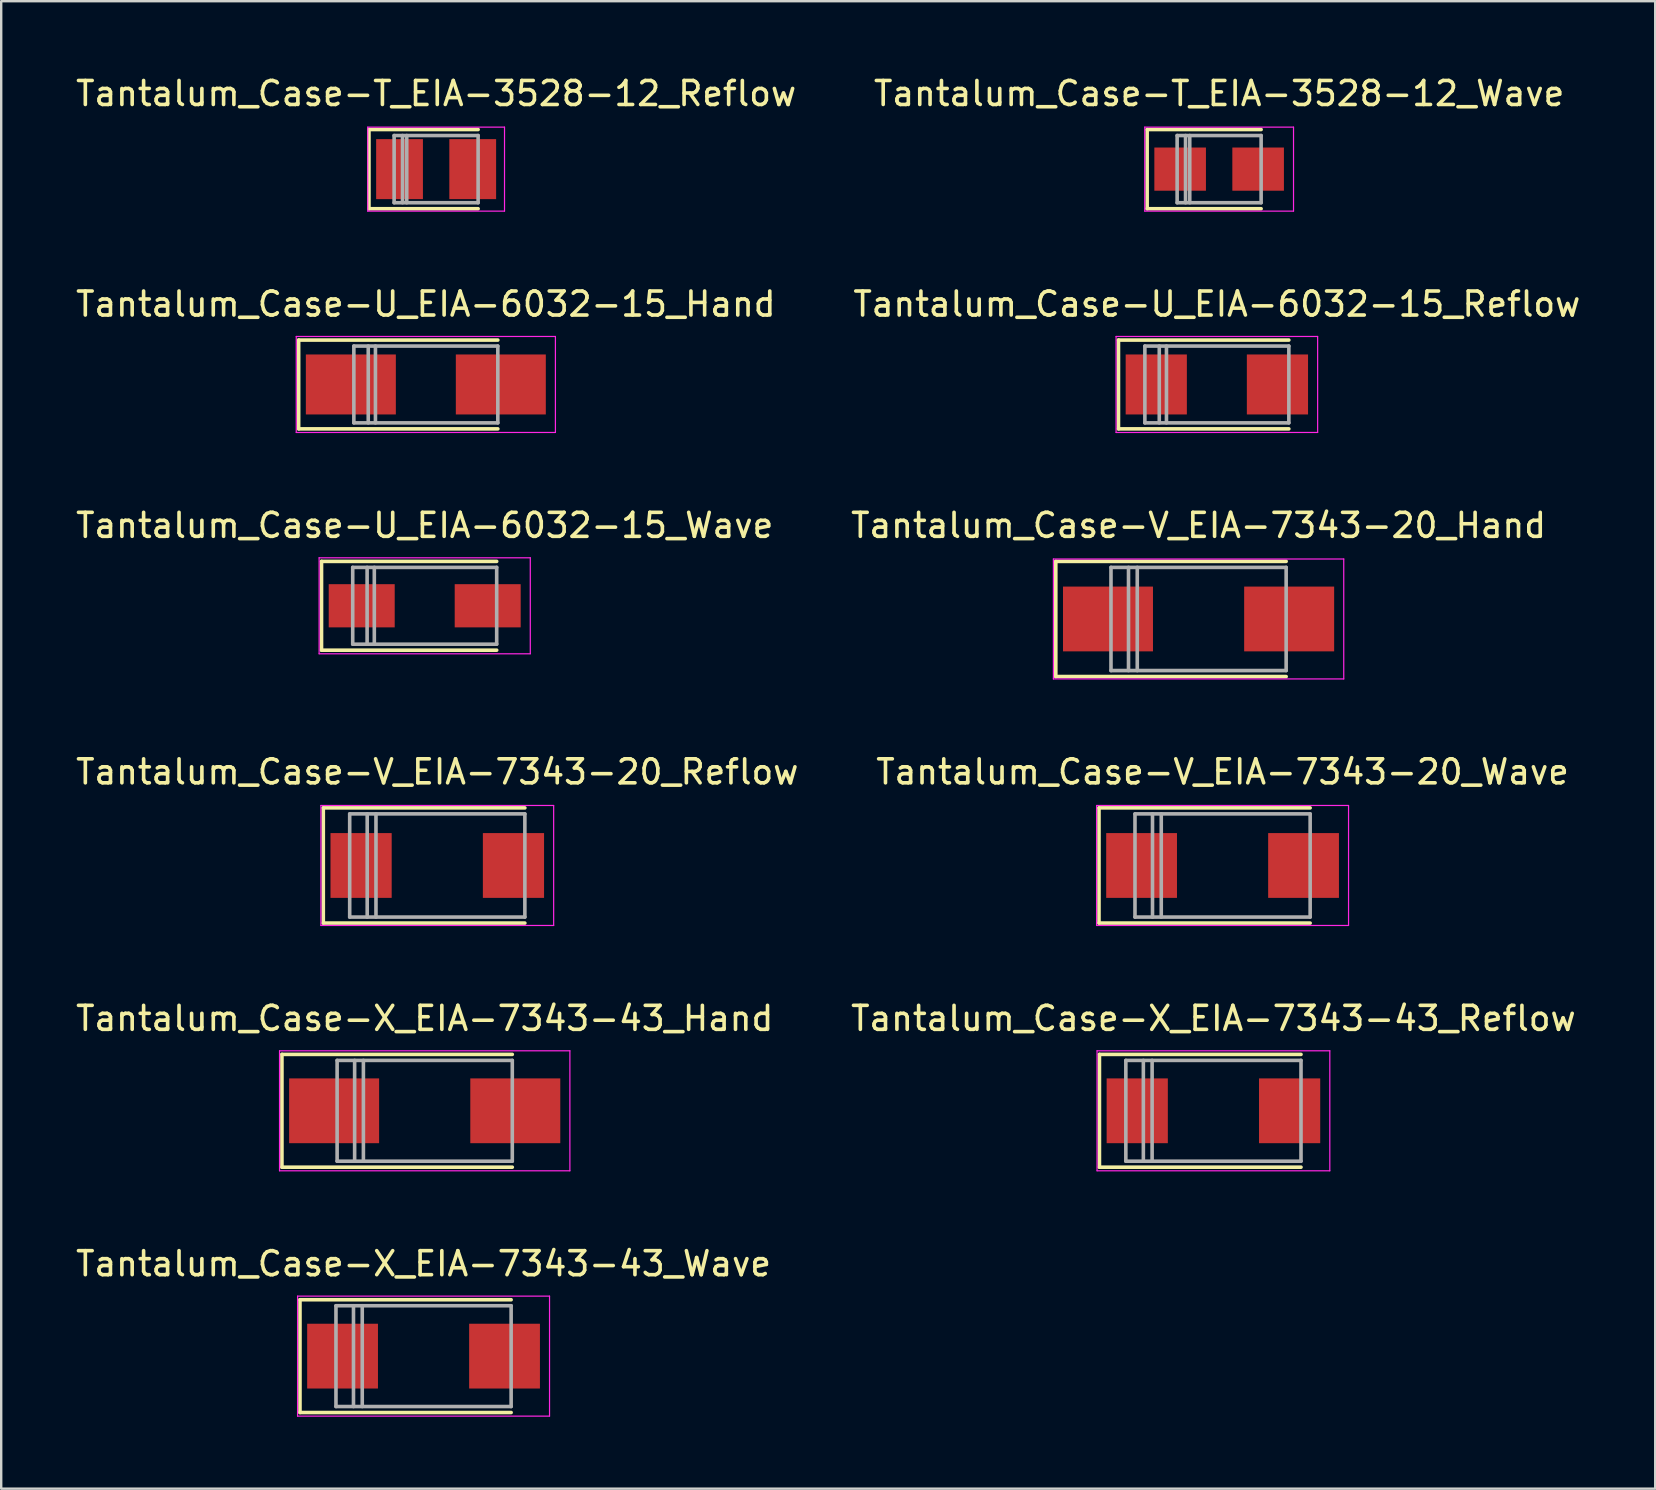
<source format=kicad_pcb>
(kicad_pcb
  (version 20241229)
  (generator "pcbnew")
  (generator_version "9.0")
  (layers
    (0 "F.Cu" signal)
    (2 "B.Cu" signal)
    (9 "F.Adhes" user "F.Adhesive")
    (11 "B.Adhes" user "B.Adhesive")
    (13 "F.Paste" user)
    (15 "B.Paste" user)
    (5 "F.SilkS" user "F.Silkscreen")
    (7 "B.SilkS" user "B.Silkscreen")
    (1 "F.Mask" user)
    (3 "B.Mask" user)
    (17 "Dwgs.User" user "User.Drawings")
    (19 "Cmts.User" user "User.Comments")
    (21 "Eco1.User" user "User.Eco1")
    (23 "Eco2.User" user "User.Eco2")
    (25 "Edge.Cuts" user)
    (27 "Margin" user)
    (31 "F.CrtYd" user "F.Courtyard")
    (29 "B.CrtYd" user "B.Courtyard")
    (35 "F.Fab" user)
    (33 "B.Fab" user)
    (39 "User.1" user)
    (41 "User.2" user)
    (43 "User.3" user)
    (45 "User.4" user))
  (footprint "Tantalum_Case-X_EIA-7343-43_Wave"
    (layer "F.Cu")
    (at 14.601 53.465)
    (property "Reference" "Tantalum_Case-X_EIA-7343-43_Wave" (at 0 -3.85 0) (layer "F.SilkS") (effects (font (size 1 1) (thickness 0.15))))
    (attr smd)
    (fp_line (start -5.15 -2.35) (end -5.15 2.35) (stroke (width 0.15) (type solid)) (layer "F.SilkS"))
    (fp_line (start -5.15 -2.35) (end 3.65 -2.35) (stroke (width 0.15) (type solid)) (layer "F.SilkS"))
    (fp_line (start -5.15 2.35) (end 3.65 2.35) (stroke (width 0.15) (type solid)) (layer "F.SilkS"))
    (fp_line (start -5.25 -2.5) (end -5.25 2.5) (stroke (width 0.05) (type solid)) (layer "F.CrtYd"))
    (fp_line (start -5.25 2.5) (end 5.25 2.5) (stroke (width 0.05) (type solid)) (layer "F.CrtYd"))
    (fp_line (start 5.25 -2.5) (end -5.25 -2.5) (stroke (width 0.05) (type solid)) (layer "F.CrtYd"))
    (fp_line (start 5.25 2.5) (end 5.25 -2.5) (stroke (width 0.05) (type solid)) (layer "F.CrtYd"))
    (fp_line (start -3.65 -2.1) (end -3.65 2.1) (stroke (width 0.15) (type solid)) (layer "F.Fab"))
    (fp_line (start -3.65 2.1) (end 3.65 2.1) (stroke (width 0.15) (type solid)) (layer "F.Fab"))
    (fp_line (start -2.92 -2.1) (end -2.92 2.1) (stroke (width 0.15) (type solid)) (layer "F.Fab"))
    (fp_line (start -2.555 -2.1) (end -2.555 2.1) (stroke (width 0.15) (type solid)) (layer "F.Fab"))
    (fp_line (start 3.65 -2.1) (end -3.65 -2.1) (stroke (width 0.15) (type solid)) (layer "F.Fab"))
    (fp_line (start 3.65 2.1) (end 3.65 -2.1) (stroke (width 0.15) (type solid)) (layer "F.Fab"))
    (pad "1" smd rect (at -3.375 0) (size 2.95 2.7) (layers "F.Cu" "F.Mask" "F.Paste"))
    (pad "2" smd rect (at 3.375 0) (size 2.95 2.7) (layers "F.Cu" "F.Mask" "F.Paste")))
  (footprint "Tantalum_Case-U_EIA-6032-15_Wave"
    (layer "F.Cu")
    (at 14.649 22.195)
    (property "Reference" "Tantalum_Case-U_EIA-6032-15_Wave" (at 0 -3.35 0) (layer "F.SilkS") (effects (font (size 1 1) (thickness 0.15))))
    (attr smd)
    (fp_line (start -4.3 -1.85) (end -4.3 1.85) (stroke (width 0.15) (type solid)) (layer "F.SilkS"))
    (fp_line (start -4.3 -1.85) (end 3 -1.85) (stroke (width 0.15) (type solid)) (layer "F.SilkS"))
    (fp_line (start -4.3 1.85) (end 3 1.85) (stroke (width 0.15) (type solid)) (layer "F.SilkS"))
    (fp_line (start -4.4 -2) (end -4.4 2) (stroke (width 0.05) (type solid)) (layer "F.CrtYd"))
    (fp_line (start -4.4 2) (end 4.4 2) (stroke (width 0.05) (type solid)) (layer "F.CrtYd"))
    (fp_line (start 4.4 -2) (end -4.4 -2) (stroke (width 0.05) (type solid)) (layer "F.CrtYd"))
    (fp_line (start 4.4 2) (end 4.4 -2) (stroke (width 0.05) (type solid)) (layer "F.CrtYd"))
    (fp_line (start -3 -1.6) (end -3 1.6) (stroke (width 0.15) (type solid)) (layer "F.Fab"))
    (fp_line (start -3 1.6) (end 3 1.6) (stroke (width 0.15) (type solid)) (layer "F.Fab"))
    (fp_line (start -2.4 -1.6) (end -2.4 1.6) (stroke (width 0.15) (type solid)) (layer "F.Fab"))
    (fp_line (start -2.1 -1.6) (end -2.1 1.6) (stroke (width 0.15) (type solid)) (layer "F.Fab"))
    (fp_line (start 3 -1.6) (end -3 -1.6) (stroke (width 0.15) (type solid)) (layer "F.Fab"))
    (fp_line (start 3 1.6) (end 3 -1.6) (stroke (width 0.15) (type solid)) (layer "F.Fab"))
    (pad "1" smd rect (at -2.625 0) (size 2.75 1.8) (layers "F.Cu" "F.Mask" "F.Paste"))
    (pad "2" smd rect (at 2.625 0) (size 2.75 1.8) (layers "F.Cu" "F.Mask" "F.Paste")))
  (footprint "Tantalum_Case-V_EIA-7343-20_Reflow"
    (layer "F.Cu")
    (at 15.173 33.018)
    (property "Reference" "Tantalum_Case-V_EIA-7343-20_Reflow" (at 0 -3.9 0) (layer "F.SilkS") (effects (font (size 1 1) (thickness 0.15))))
    (attr smd)
    (fp_line (start -4.75 -2.4) (end -4.75 2.4) (stroke (width 0.15) (type solid)) (layer "F.SilkS"))
    (fp_line (start -4.75 -2.4) (end 3.65 -2.4) (stroke (width 0.15) (type solid)) (layer "F.SilkS"))
    (fp_line (start -4.75 2.4) (end 3.65 2.4) (stroke (width 0.15) (type solid)) (layer "F.SilkS"))
    (fp_line (start -4.85 -2.5) (end -4.85 2.5) (stroke (width 0.05) (type solid)) (layer "F.CrtYd"))
    (fp_line (start -4.85 2.5) (end 4.85 2.5) (stroke (width 0.05) (type solid)) (layer "F.CrtYd"))
    (fp_line (start 4.85 -2.5) (end -4.85 -2.5) (stroke (width 0.05) (type solid)) (layer "F.CrtYd"))
    (fp_line (start 4.85 2.5) (end 4.85 -2.5) (stroke (width 0.05) (type solid)) (layer "F.CrtYd"))
    (fp_line (start -3.65 -2.15) (end -3.65 2.15) (stroke (width 0.15) (type solid)) (layer "F.Fab"))
    (fp_line (start -3.65 2.15) (end 3.65 2.15) (stroke (width 0.15) (type solid)) (layer "F.Fab"))
    (fp_line (start -2.92 -2.15) (end -2.92 2.15) (stroke (width 0.15) (type solid)) (layer "F.Fab"))
    (fp_line (start -2.555 -2.15) (end -2.555 2.15) (stroke (width 0.15) (type solid)) (layer "F.Fab"))
    (fp_line (start 3.65 -2.15) (end -3.65 -2.15) (stroke (width 0.15) (type solid)) (layer "F.Fab"))
    (fp_line (start 3.65 2.15) (end 3.65 -2.15) (stroke (width 0.15) (type solid)) (layer "F.Fab"))
    (pad "1" smd rect (at -3.175 0) (size 2.55 2.7) (layers "F.Cu" "F.Mask" "F.Paste"))
    (pad "2" smd rect (at 3.175 0) (size 2.55 2.7) (layers "F.Cu" "F.Mask" "F.Paste")))
  (footprint "Tantalum_Case-T_EIA-3528-12_Reflow"
    (layer "F.Cu")
    (at 15.125 3.998)
    (property "Reference" "Tantalum_Case-T_EIA-3528-12_Reflow" (at 0 -3.15 0) (layer "F.SilkS") (effects (font (size 1 1) (thickness 0.15))))
    (attr smd)
    (fp_line (start -2.8 -1.65) (end -2.8 1.65) (stroke (width 0.15) (type solid)) (layer "F.SilkS"))
    (fp_line (start -2.8 -1.65) (end 1.75 -1.65) (stroke (width 0.15) (type solid)) (layer "F.SilkS"))
    (fp_line (start -2.8 1.65) (end 1.75 1.65) (stroke (width 0.15) (type solid)) (layer "F.SilkS"))
    (fp_line (start -2.85 -1.75) (end -2.85 1.75) (stroke (width 0.05) (type solid)) (layer "F.CrtYd"))
    (fp_line (start -2.85 1.75) (end 2.85 1.75) (stroke (width 0.05) (type solid)) (layer "F.CrtYd"))
    (fp_line (start 2.85 -1.75) (end -2.85 -1.75) (stroke (width 0.05) (type solid)) (layer "F.CrtYd"))
    (fp_line (start 2.85 1.75) (end 2.85 -1.75) (stroke (width 0.05) (type solid)) (layer "F.CrtYd"))
    (fp_line (start -1.75 -1.4) (end -1.75 1.4) (stroke (width 0.15) (type solid)) (layer "F.Fab"))
    (fp_line (start -1.75 1.4) (end 1.75 1.4) (stroke (width 0.15) (type solid)) (layer "F.Fab"))
    (fp_line (start -1.4 -1.4) (end -1.4 1.4) (stroke (width 0.15) (type solid)) (layer "F.Fab"))
    (fp_line (start -1.225 -1.4) (end -1.225 1.4) (stroke (width 0.15) (type solid)) (layer "F.Fab"))
    (fp_line (start 1.75 -1.4) (end -1.75 -1.4) (stroke (width 0.15) (type solid)) (layer "F.Fab"))
    (fp_line (start 1.75 1.4) (end 1.75 -1.4) (stroke (width 0.15) (type solid)) (layer "F.Fab"))
    (pad "1" smd rect (at -1.525 0) (size 1.95 2.5) (layers "F.Cu" "F.Mask" "F.Paste"))
    (pad "2" smd rect (at 1.525 0) (size 1.95 2.5) (layers "F.Cu" "F.Mask" "F.Paste")))
  (footprint "Tantalum_Case-X_EIA-7343-43_Reflow"
    (layer "F.Cu")
    (at 47.518 43.241)
    (property "Reference" "Tantalum_Case-X_EIA-7343-43_Reflow" (at 0 -3.85 0) (layer "F.SilkS") (effects (font (size 1 1) (thickness 0.15))))
    (attr smd)
    (fp_line (start -4.75 -2.35) (end -4.75 2.35) (stroke (width 0.15) (type solid)) (layer "F.SilkS"))
    (fp_line (start -4.75 -2.35) (end 3.65 -2.35) (stroke (width 0.15) (type solid)) (layer "F.SilkS"))
    (fp_line (start -4.75 2.35) (end 3.65 2.35) (stroke (width 0.15) (type solid)) (layer "F.SilkS"))
    (fp_line (start -4.85 -2.5) (end -4.85 2.5) (stroke (width 0.05) (type solid)) (layer "F.CrtYd"))
    (fp_line (start -4.85 2.5) (end 4.85 2.5) (stroke (width 0.05) (type solid)) (layer "F.CrtYd"))
    (fp_line (start 4.85 -2.5) (end -4.85 -2.5) (stroke (width 0.05) (type solid)) (layer "F.CrtYd"))
    (fp_line (start 4.85 2.5) (end 4.85 -2.5) (stroke (width 0.05) (type solid)) (layer "F.CrtYd"))
    (fp_line (start -3.65 -2.1) (end -3.65 2.1) (stroke (width 0.15) (type solid)) (layer "F.Fab"))
    (fp_line (start -3.65 2.1) (end 3.65 2.1) (stroke (width 0.15) (type solid)) (layer "F.Fab"))
    (fp_line (start -2.92 -2.1) (end -2.92 2.1) (stroke (width 0.15) (type solid)) (layer "F.Fab"))
    (fp_line (start -2.555 -2.1) (end -2.555 2.1) (stroke (width 0.15) (type solid)) (layer "F.Fab"))
    (fp_line (start 3.65 -2.1) (end -3.65 -2.1) (stroke (width 0.15) (type solid)) (layer "F.Fab"))
    (fp_line (start 3.65 2.1) (end 3.65 -2.1) (stroke (width 0.15) (type solid)) (layer "F.Fab"))
    (pad "1" smd rect (at -3.175 0) (size 2.55 2.7) (layers "F.Cu" "F.Mask" "F.Paste"))
    (pad "2" smd rect (at 3.175 0) (size 2.55 2.7) (layers "F.Cu" "F.Mask" "F.Paste")))
  (footprint "Tantalum_Case-X_EIA-7343-43_Hand"
    (layer "F.Cu")
    (at 14.649 43.241)
    (property "Reference" "Tantalum_Case-X_EIA-7343-43_Hand" (at 0 -3.85 0) (layer "F.SilkS") (effects (font (size 1 1) (thickness 0.15))))
    (attr smd)
    (fp_line (start -5.95 -2.35) (end -5.95 2.35) (stroke (width 0.15) (type solid)) (layer "F.SilkS"))
    (fp_line (start -5.95 -2.35) (end 3.65 -2.35) (stroke (width 0.15) (type solid)) (layer "F.SilkS"))
    (fp_line (start -5.95 2.35) (end 3.65 2.35) (stroke (width 0.15) (type solid)) (layer "F.SilkS"))
    (fp_line (start -6.05 -2.5) (end -6.05 2.5) (stroke (width 0.05) (type solid)) (layer "F.CrtYd"))
    (fp_line (start -6.05 2.5) (end 6.05 2.5) (stroke (width 0.05) (type solid)) (layer "F.CrtYd"))
    (fp_line (start 6.05 -2.5) (end -6.05 -2.5) (stroke (width 0.05) (type solid)) (layer "F.CrtYd"))
    (fp_line (start 6.05 2.5) (end 6.05 -2.5) (stroke (width 0.05) (type solid)) (layer "F.CrtYd"))
    (fp_line (start -3.65 -2.1) (end -3.65 2.1) (stroke (width 0.15) (type solid)) (layer "F.Fab"))
    (fp_line (start -3.65 2.1) (end 3.65 2.1) (stroke (width 0.15) (type solid)) (layer "F.Fab"))
    (fp_line (start -2.92 -2.1) (end -2.92 2.1) (stroke (width 0.15) (type solid)) (layer "F.Fab"))
    (fp_line (start -2.555 -2.1) (end -2.555 2.1) (stroke (width 0.15) (type solid)) (layer "F.Fab"))
    (fp_line (start 3.65 -2.1) (end -3.65 -2.1) (stroke (width 0.15) (type solid)) (layer "F.Fab"))
    (fp_line (start 3.65 2.1) (end 3.65 -2.1) (stroke (width 0.15) (type solid)) (layer "F.Fab"))
    (pad "1" smd rect (at -3.775 0) (size 3.75 2.7) (layers "F.Cu" "F.Mask" "F.Paste"))
    (pad "2" smd rect (at 3.775 0) (size 3.75 2.7) (layers "F.Cu" "F.Mask" "F.Paste")))
  (footprint "Tantalum_Case-U_EIA-6032-15_Hand"
    (layer "F.Cu")
    (at 14.696 12.972)
    (property "Reference" "Tantalum_Case-U_EIA-6032-15_Hand" (at 0 -3.35 0) (layer "F.SilkS") (effects (font (size 1 1) (thickness 0.15))))
    (attr smd)
    (fp_line (start -5.3 -1.85) (end -5.3 1.85) (stroke (width 0.15) (type solid)) (layer "F.SilkS"))
    (fp_line (start -5.3 -1.85) (end 3 -1.85) (stroke (width 0.15) (type solid)) (layer "F.SilkS"))
    (fp_line (start -5.3 1.85) (end 3 1.85) (stroke (width 0.15) (type solid)) (layer "F.SilkS"))
    (fp_line (start -5.4 -2) (end -5.4 2) (stroke (width 0.05) (type solid)) (layer "F.CrtYd"))
    (fp_line (start -5.4 2) (end 5.4 2) (stroke (width 0.05) (type solid)) (layer "F.CrtYd"))
    (fp_line (start 5.4 -2) (end -5.4 -2) (stroke (width 0.05) (type solid)) (layer "F.CrtYd"))
    (fp_line (start 5.4 2) (end 5.4 -2) (stroke (width 0.05) (type solid)) (layer "F.CrtYd"))
    (fp_line (start -3 -1.6) (end -3 1.6) (stroke (width 0.15) (type solid)) (layer "F.Fab"))
    (fp_line (start -3 1.6) (end 3 1.6) (stroke (width 0.15) (type solid)) (layer "F.Fab"))
    (fp_line (start -2.4 -1.6) (end -2.4 1.6) (stroke (width 0.15) (type solid)) (layer "F.Fab"))
    (fp_line (start -2.1 -1.6) (end -2.1 1.6) (stroke (width 0.15) (type solid)) (layer "F.Fab"))
    (fp_line (start 3 -1.6) (end -3 -1.6) (stroke (width 0.15) (type solid)) (layer "F.Fab"))
    (fp_line (start 3 1.6) (end 3 -1.6) (stroke (width 0.15) (type solid)) (layer "F.Fab"))
    (pad "1" smd rect (at -3.125 0) (size 3.75 2.5) (layers "F.Cu" "F.Mask" "F.Paste"))
    (pad "2" smd rect (at 3.125 0) (size 3.75 2.5) (layers "F.Cu" "F.Mask" "F.Paste")))
  (footprint "Tantalum_Case-U_EIA-6032-15_Reflow"
    (layer "F.Cu")
    (at 47.661 12.972)
    (property "Reference" "Tantalum_Case-U_EIA-6032-15_Reflow" (at 0 -3.35 0) (layer "F.SilkS") (effects (font (size 1 1) (thickness 0.15))))
    (attr smd)
    (fp_line (start -4.1 -1.85) (end -4.1 1.85) (stroke (width 0.15) (type solid)) (layer "F.SilkS"))
    (fp_line (start -4.1 -1.85) (end 3 -1.85) (stroke (width 0.15) (type solid)) (layer "F.SilkS"))
    (fp_line (start -4.1 1.85) (end 3 1.85) (stroke (width 0.15) (type solid)) (layer "F.SilkS"))
    (fp_line (start -4.2 -2) (end -4.2 2) (stroke (width 0.05) (type solid)) (layer "F.CrtYd"))
    (fp_line (start -4.2 2) (end 4.2 2) (stroke (width 0.05) (type solid)) (layer "F.CrtYd"))
    (fp_line (start 4.2 -2) (end -4.2 -2) (stroke (width 0.05) (type solid)) (layer "F.CrtYd"))
    (fp_line (start 4.2 2) (end 4.2 -2) (stroke (width 0.05) (type solid)) (layer "F.CrtYd"))
    (fp_line (start -3 -1.6) (end -3 1.6) (stroke (width 0.15) (type solid)) (layer "F.Fab"))
    (fp_line (start -3 1.6) (end 3 1.6) (stroke (width 0.15) (type solid)) (layer "F.Fab"))
    (fp_line (start -2.4 -1.6) (end -2.4 1.6) (stroke (width 0.15) (type solid)) (layer "F.Fab"))
    (fp_line (start -2.1 -1.6) (end -2.1 1.6) (stroke (width 0.15) (type solid)) (layer "F.Fab"))
    (fp_line (start 3 -1.6) (end -3 -1.6) (stroke (width 0.15) (type solid)) (layer "F.Fab"))
    (fp_line (start 3 1.6) (end 3 -1.6) (stroke (width 0.15) (type solid)) (layer "F.Fab"))
    (pad "1" smd rect (at -2.525 0) (size 2.55 2.5) (layers "F.Cu" "F.Mask" "F.Paste"))
    (pad "2" smd rect (at 2.525 0) (size 2.55 2.5) (layers "F.Cu" "F.Mask" "F.Paste")))
  (footprint "Tantalum_Case-T_EIA-3528-12_Wave"
    (layer "F.Cu")
    (at 47.756 3.998)
    (property "Reference" "Tantalum_Case-T_EIA-3528-12_Wave" (at 0 -3.15 0) (layer "F.SilkS") (effects (font (size 1 1) (thickness 0.15))))
    (attr smd)
    (fp_line (start -3 -1.65) (end -3 1.65) (stroke (width 0.15) (type solid)) (layer "F.SilkS"))
    (fp_line (start -3 -1.65) (end 1.75 -1.65) (stroke (width 0.15) (type solid)) (layer "F.SilkS"))
    (fp_line (start -3 1.65) (end 1.75 1.65) (stroke (width 0.15) (type solid)) (layer "F.SilkS"))
    (fp_line (start -3.1 -1.75) (end -3.1 1.75) (stroke (width 0.05) (type solid)) (layer "F.CrtYd"))
    (fp_line (start -3.1 1.75) (end 3.1 1.75) (stroke (width 0.05) (type solid)) (layer "F.CrtYd"))
    (fp_line (start 3.1 -1.75) (end -3.1 -1.75) (stroke (width 0.05) (type solid)) (layer "F.CrtYd"))
    (fp_line (start 3.1 1.75) (end 3.1 -1.75) (stroke (width 0.05) (type solid)) (layer "F.CrtYd"))
    (fp_line (start -1.75 -1.4) (end -1.75 1.4) (stroke (width 0.15) (type solid)) (layer "F.Fab"))
    (fp_line (start -1.75 1.4) (end 1.75 1.4) (stroke (width 0.15) (type solid)) (layer "F.Fab"))
    (fp_line (start -1.4 -1.4) (end -1.4 1.4) (stroke (width 0.15) (type solid)) (layer "F.Fab"))
    (fp_line (start -1.225 -1.4) (end -1.225 1.4) (stroke (width 0.15) (type solid)) (layer "F.Fab"))
    (fp_line (start 1.75 -1.4) (end -1.75 -1.4) (stroke (width 0.15) (type solid)) (layer "F.Fab"))
    (fp_line (start 1.75 1.4) (end 1.75 -1.4) (stroke (width 0.15) (type solid)) (layer "F.Fab"))
    (pad "1" smd rect (at -1.625 0) (size 2.15 1.8) (layers "F.Cu" "F.Mask" "F.Paste"))
    (pad "2" smd rect (at 1.625 0) (size 2.15 1.8) (layers "F.Cu" "F.Mask" "F.Paste")))
  (footprint "Tantalum_Case-V_EIA-7343-20_Hand"
    (layer "F.Cu")
    (at 46.899 22.745)
    (property "Reference" "Tantalum_Case-V_EIA-7343-20_Hand" (at 0 -3.9 0) (layer "F.SilkS") (effects (font (size 1 1) (thickness 0.15))))
    (attr smd)
    (fp_line (start -5.95 -2.4) (end -5.95 2.4) (stroke (width 0.15) (type solid)) (layer "F.SilkS"))
    (fp_line (start -5.95 -2.4) (end 3.65 -2.4) (stroke (width 0.15) (type solid)) (layer "F.SilkS"))
    (fp_line (start -5.95 2.4) (end 3.65 2.4) (stroke (width 0.15) (type solid)) (layer "F.SilkS"))
    (fp_line (start -6.05 -2.5) (end -6.05 2.5) (stroke (width 0.05) (type solid)) (layer "F.CrtYd"))
    (fp_line (start -6.05 2.5) (end 6.05 2.5) (stroke (width 0.05) (type solid)) (layer "F.CrtYd"))
    (fp_line (start 6.05 -2.5) (end -6.05 -2.5) (stroke (width 0.05) (type solid)) (layer "F.CrtYd"))
    (fp_line (start 6.05 2.5) (end 6.05 -2.5) (stroke (width 0.05) (type solid)) (layer "F.CrtYd"))
    (fp_line (start -3.65 -2.15) (end -3.65 2.15) (stroke (width 0.15) (type solid)) (layer "F.Fab"))
    (fp_line (start -3.65 2.15) (end 3.65 2.15) (stroke (width 0.15) (type solid)) (layer "F.Fab"))
    (fp_line (start -2.92 -2.15) (end -2.92 2.15) (stroke (width 0.15) (type solid)) (layer "F.Fab"))
    (fp_line (start -2.555 -2.15) (end -2.555 2.15) (stroke (width 0.15) (type solid)) (layer "F.Fab"))
    (fp_line (start 3.65 -2.15) (end -3.65 -2.15) (stroke (width 0.15) (type solid)) (layer "F.Fab"))
    (fp_line (start 3.65 2.15) (end 3.65 -2.15) (stroke (width 0.15) (type solid)) (layer "F.Fab"))
    (pad "1" smd rect (at -3.775 0) (size 3.75 2.7) (layers "F.Cu" "F.Mask" "F.Paste"))
    (pad "2" smd rect (at 3.775 0) (size 3.75 2.7) (layers "F.Cu" "F.Mask" "F.Paste")))
  (footprint "Tantalum_Case-V_EIA-7343-20_Wave"
    (layer "F.Cu")
    (at 47.899 33.018)
    (property "Reference" "Tantalum_Case-V_EIA-7343-20_Wave" (at 0 -3.9 0) (layer "F.SilkS") (effects (font (size 1 1) (thickness 0.15))))
    (attr smd)
    (fp_line (start -5.15 -2.4) (end -5.15 2.4) (stroke (width 0.15) (type solid)) (layer "F.SilkS"))
    (fp_line (start -5.15 -2.4) (end 3.65 -2.4) (stroke (width 0.15) (type solid)) (layer "F.SilkS"))
    (fp_line (start -5.15 2.4) (end 3.65 2.4) (stroke (width 0.15) (type solid)) (layer "F.SilkS"))
    (fp_line (start -5.25 -2.5) (end -5.25 2.5) (stroke (width 0.05) (type solid)) (layer "F.CrtYd"))
    (fp_line (start -5.25 2.5) (end 5.25 2.5) (stroke (width 0.05) (type solid)) (layer "F.CrtYd"))
    (fp_line (start 5.25 -2.5) (end -5.25 -2.5) (stroke (width 0.05) (type solid)) (layer "F.CrtYd"))
    (fp_line (start 5.25 2.5) (end 5.25 -2.5) (stroke (width 0.05) (type solid)) (layer "F.CrtYd"))
    (fp_line (start -3.65 -2.15) (end -3.65 2.15) (stroke (width 0.15) (type solid)) (layer "F.Fab"))
    (fp_line (start -3.65 2.15) (end 3.65 2.15) (stroke (width 0.15) (type solid)) (layer "F.Fab"))
    (fp_line (start -2.92 -2.15) (end -2.92 2.15) (stroke (width 0.15) (type solid)) (layer "F.Fab"))
    (fp_line (start -2.555 -2.15) (end -2.555 2.15) (stroke (width 0.15) (type solid)) (layer "F.Fab"))
    (fp_line (start 3.65 -2.15) (end -3.65 -2.15) (stroke (width 0.15) (type solid)) (layer "F.Fab"))
    (fp_line (start 3.65 2.15) (end 3.65 -2.15) (stroke (width 0.15) (type solid)) (layer "F.Fab"))
    (pad "1" smd rect (at -3.375 0) (size 2.95 2.7) (layers "F.Cu" "F.Mask" "F.Paste"))
    (pad "2" smd rect (at 3.375 0) (size 2.95 2.7) (layers "F.Cu" "F.Mask" "F.Paste")))
  (gr_rect
    (start -3 -3)
    (end 65.929 58.989)
    (stroke (width 0.1) (type default))
    (fill no)
    (layer "Edge.Cuts")))
</source>
